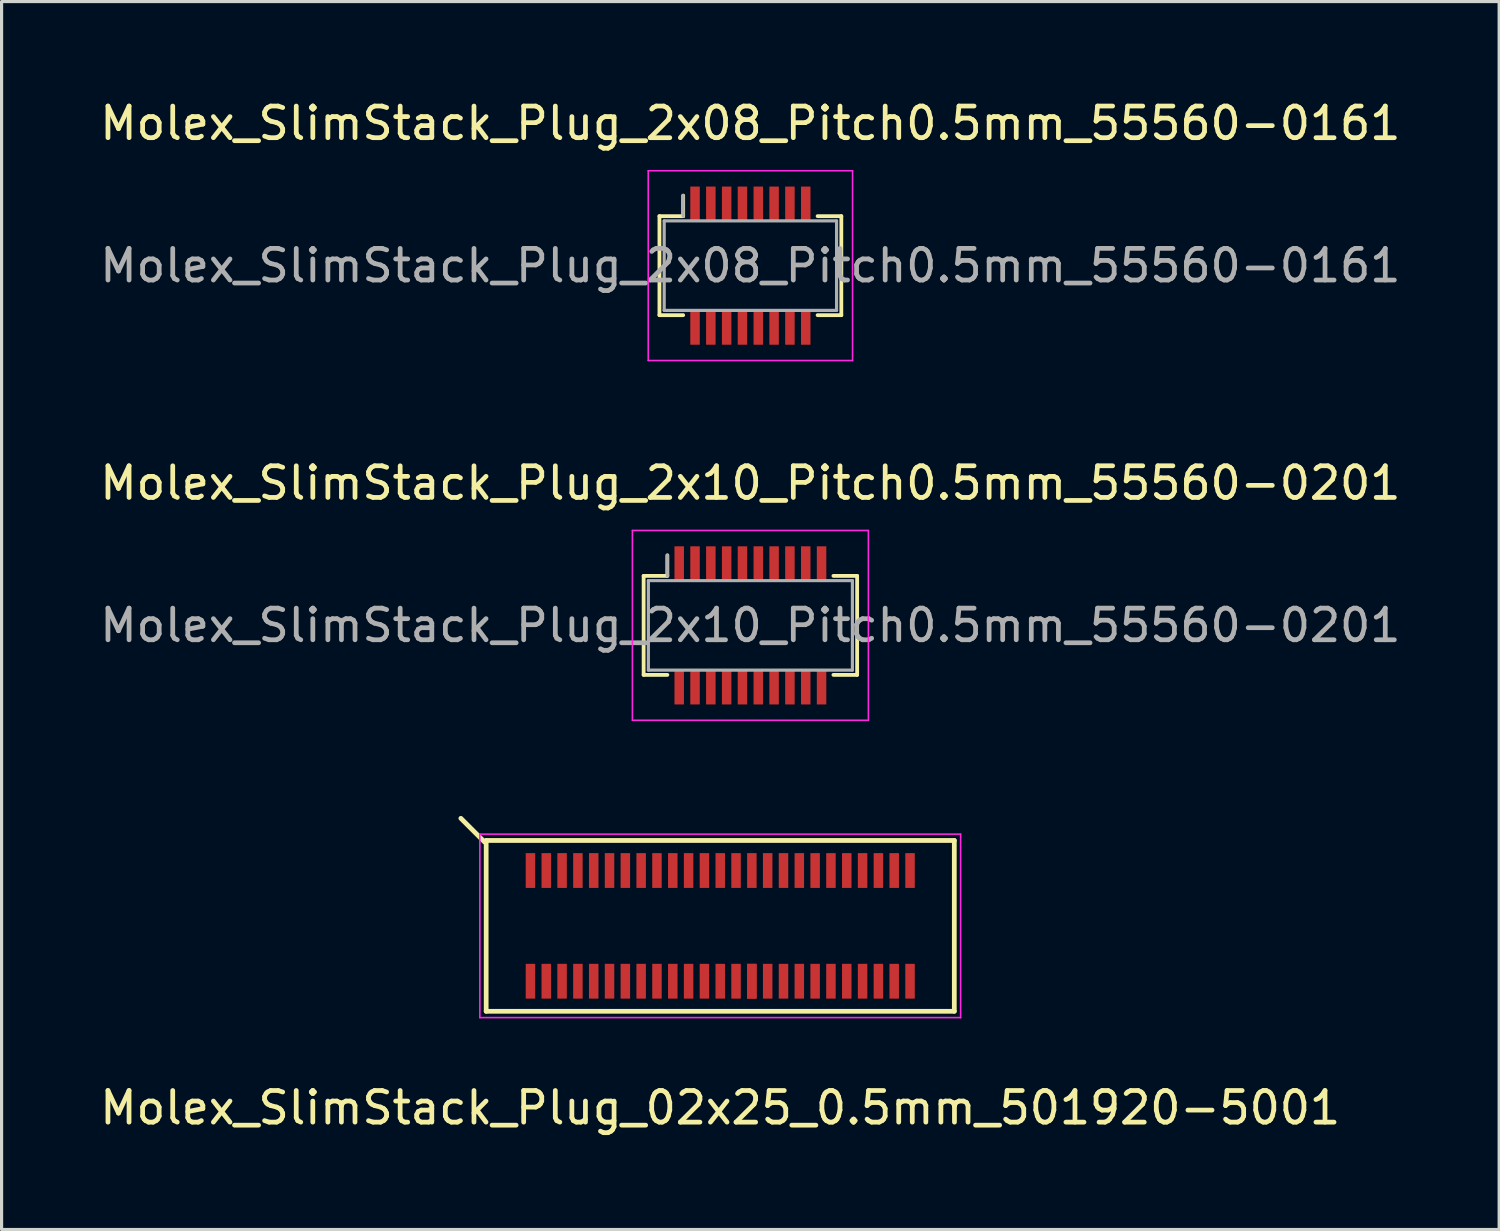
<source format=kicad_pcb>
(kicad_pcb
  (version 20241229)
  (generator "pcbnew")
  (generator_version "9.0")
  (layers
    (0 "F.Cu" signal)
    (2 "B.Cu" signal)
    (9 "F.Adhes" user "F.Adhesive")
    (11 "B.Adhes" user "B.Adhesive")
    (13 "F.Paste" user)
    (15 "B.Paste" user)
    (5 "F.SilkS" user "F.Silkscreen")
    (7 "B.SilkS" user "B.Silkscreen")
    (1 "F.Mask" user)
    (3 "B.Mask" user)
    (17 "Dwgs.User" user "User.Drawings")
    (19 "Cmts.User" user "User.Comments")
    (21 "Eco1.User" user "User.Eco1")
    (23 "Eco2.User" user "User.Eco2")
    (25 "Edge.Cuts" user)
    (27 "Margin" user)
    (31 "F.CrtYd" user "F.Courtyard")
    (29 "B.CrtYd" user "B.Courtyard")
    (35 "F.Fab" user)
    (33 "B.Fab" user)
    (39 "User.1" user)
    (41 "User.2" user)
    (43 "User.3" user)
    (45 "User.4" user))
  (footprint "Molex_SlimStack_Plug_02x25_0.5mm_501920-5001"
    (layer "F.Cu")
    (at 19.72 26.221)
    (property "Reference" "Molex_SlimStack_Plug_02x25_0.5mm_501920-5001" (at 0 5.75 0) (layer "F.SilkS") (effects (font (size 1 1) (thickness 0.15))))
    (attr smd)
    (fp_line (start -7.45 -2.65) (end -8.2 -3.4) (stroke (width 0.15) (type solid)) (layer "F.SilkS"))
    (fp_line (start -7.4 -2.7) (end -7.4 2.7) (stroke (width 0.15) (type solid)) (layer "F.SilkS"))
    (fp_line (start -7.4 2.7) (end 7.4 2.7) (stroke (width 0.15) (type solid)) (layer "F.SilkS"))
    (fp_line (start 7.4 -2.7) (end -7.4 -2.7) (stroke (width 0.15) (type solid)) (layer "F.SilkS"))
    (fp_line (start 7.4 2.7) (end 7.4 -2.7) (stroke (width 0.15) (type solid)) (layer "F.SilkS"))
    (fp_line (start -7.6 -2.9) (end -7.6 2.9) (stroke (width 0.05) (type solid)) (layer "F.CrtYd"))
    (fp_line (start -7.6 2.9) (end 7.6 2.9) (stroke (width 0.05) (type solid)) (layer "F.CrtYd"))
    (fp_line (start 7.6 -2.9) (end -7.6 -2.9) (stroke (width 0.05) (type solid)) (layer "F.CrtYd"))
    (fp_line (start 7.6 2.9) (end 7.6 -2.9) (stroke (width 0.05) (type solid)) (layer "F.CrtYd"))
    (pad "1" smd rect (at -6 -1.75) (size 0.3 1.1) (layers "F.Cu" "F.Mask" "F.Paste"))
    (pad "2" smd rect (at -6 1.75) (size 0.3 1.1) (layers "F.Cu" "F.Mask" "F.Paste"))
    (pad "3" smd rect (at -5.5 -1.75) (size 0.3 1.1) (layers "F.Cu" "F.Mask" "F.Paste"))
    (pad "4" smd rect (at -5.5 1.75) (size 0.3 1.1) (layers "F.Cu" "F.Mask" "F.Paste"))
    (pad "5" smd rect (at -5 -1.75) (size 0.3 1.1) (layers "F.Cu" "F.Mask" "F.Paste"))
    (pad "6" smd rect (at -5 1.75) (size 0.3 1.1) (layers "F.Cu" "F.Mask" "F.Paste"))
    (pad "7" smd rect (at -4.5 -1.75) (size 0.3 1.1) (layers "F.Cu" "F.Mask" "F.Paste"))
    (pad "8" smd rect (at -4.5 1.75) (size 0.3 1.1) (layers "F.Cu" "F.Mask" "F.Paste"))
    (pad "9" smd rect (at -4 -1.75) (size 0.3 1.1) (layers "F.Cu" "F.Mask" "F.Paste"))
    (pad "10" smd rect (at -4 1.75) (size 0.3 1.1) (layers "F.Cu" "F.Mask" "F.Paste"))
    (pad "11" smd rect (at -3.5 -1.75) (size 0.3 1.1) (layers "F.Cu" "F.Mask" "F.Paste"))
    (pad "12" smd rect (at -3.5 1.75) (size 0.3 1.1) (layers "F.Cu" "F.Mask" "F.Paste"))
    (pad "13" smd rect (at -3 -1.75) (size 0.3 1.1) (layers "F.Cu" "F.Mask" "F.Paste"))
    (pad "14" smd rect (at -3 1.75) (size 0.3 1.1) (layers "F.Cu" "F.Mask" "F.Paste"))
    (pad "15" smd rect (at -2.5 -1.75) (size 0.3 1.1) (layers "F.Cu" "F.Mask" "F.Paste"))
    (pad "16" smd rect (at -2.5 1.75) (size 0.3 1.1) (layers "F.Cu" "F.Mask" "F.Paste"))
    (pad "17" smd rect (at -2 -1.75) (size 0.3 1.1) (layers "F.Cu" "F.Mask" "F.Paste"))
    (pad "18" smd rect (at -2 1.75) (size 0.3 1.1) (layers "F.Cu" "F.Mask" "F.Paste"))
    (pad "19" smd rect (at -1.5 -1.75) (size 0.3 1.1) (layers "F.Cu" "F.Mask" "F.Paste"))
    (pad "20" smd rect (at -1.5 1.75) (size 0.3 1.1) (layers "F.Cu" "F.Mask" "F.Paste"))
    (pad "21" smd rect (at -1 -1.75) (size 0.3 1.1) (layers "F.Cu" "F.Mask" "F.Paste"))
    (pad "22" smd rect (at -1 1.75) (size 0.3 1.1) (layers "F.Cu" "F.Mask" "F.Paste"))
    (pad "23" smd rect (at -0.5 -1.75) (size 0.3 1.1) (layers "F.Cu" "F.Mask" "F.Paste"))
    (pad "24" smd rect (at -0.5 1.75) (size 0.3 1.1) (layers "F.Cu" "F.Mask" "F.Paste"))
    (pad "25" smd rect (at 0 -1.75) (size 0.3 1.1) (layers "F.Cu" "F.Mask" "F.Paste"))
    (pad "26" smd rect (at 0 1.75) (size 0.3 1.1) (layers "F.Cu" "F.Mask" "F.Paste"))
    (pad "27" smd rect (at 0.5 -1.75) (size 0.3 1.1) (layers "F.Cu" "F.Mask" "F.Paste"))
    (pad "28" smd rect (at 0.5 1.75) (size 0.3 1.1) (layers "F.Cu" "F.Mask" "F.Paste"))
    (pad "29" smd rect (at 1 -1.75) (size 0.3 1.1) (layers "F.Cu" "F.Mask" "F.Paste"))
    (pad "30" smd rect (at 1 1.75) (size 0.3 1.1) (layers "F.Cu" "F.Mask" "F.Paste"))
    (pad "30" smd rect (at 1 1.75) (size 0.3 1.1) (layers "F.Cu" "F.Mask" "F.Paste"))
    (pad "31" smd rect (at 1.5 -1.75) (size 0.3 1.1) (layers "F.Cu" "F.Mask" "F.Paste"))
    (pad "32" smd rect (at 1.5 1.75) (size 0.3 1.1) (layers "F.Cu" "F.Mask" "F.Paste"))
    (pad "33" smd rect (at 2 -1.75) (size 0.3 1.1) (layers "F.Cu" "F.Mask" "F.Paste"))
    (pad "34" smd rect (at 2 1.75) (size 0.3 1.1) (layers "F.Cu" "F.Mask" "F.Paste"))
    (pad "35" smd rect (at 2.5 -1.75) (size 0.3 1.1) (layers "F.Cu" "F.Mask" "F.Paste"))
    (pad "36" smd rect (at 2.5 1.75) (size 0.3 1.1) (layers "F.Cu" "F.Mask" "F.Paste"))
    (pad "37" smd rect (at 3 -1.75) (size 0.3 1.1) (layers "F.Cu" "F.Mask" "F.Paste"))
    (pad "38" smd rect (at 3 1.75) (size 0.3 1.1) (layers "F.Cu" "F.Mask" "F.Paste"))
    (pad "39" smd rect (at 3.5 -1.75) (size 0.3 1.1) (layers "F.Cu" "F.Mask" "F.Paste"))
    (pad "40" smd rect (at 3.5 1.75) (size 0.3 1.1) (layers "F.Cu" "F.Mask" "F.Paste"))
    (pad "41" smd rect (at 4 -1.75) (size 0.3 1.1) (layers "F.Cu" "F.Mask" "F.Paste"))
    (pad "42" smd rect (at 4 1.75) (size 0.3 1.1) (layers "F.Cu" "F.Mask" "F.Paste"))
    (pad "43" smd rect (at 4.5 -1.75) (size 0.3 1.1) (layers "F.Cu" "F.Mask" "F.Paste"))
    (pad "44" smd rect (at 4.5 1.75) (size 0.3 1.1) (layers "F.Cu" "F.Mask" "F.Paste"))
    (pad "45" smd rect (at 5 -1.75) (size 0.3 1.1) (layers "F.Cu" "F.Mask" "F.Paste"))
    (pad "46" smd rect (at 5 1.75) (size 0.3 1.1) (layers "F.Cu" "F.Mask" "F.Paste"))
    (pad "47" smd rect (at 5.5 -1.75) (size 0.3 1.1) (layers "F.Cu" "F.Mask" "F.Paste"))
    (pad "48" smd rect (at 5.5 1.75) (size 0.3 1.1) (layers "F.Cu" "F.Mask" "F.Paste"))
    (pad "49" smd rect (at 6 -1.75) (size 0.3 1.1) (layers "F.Cu" "F.Mask" "F.Paste"))
    (pad "50" smd rect (at 6 1.75) (size 0.3 1.1) (layers "F.Cu" "F.Mask" "F.Paste")))
  (footprint "Molex_SlimStack_Plug_2x08_Pitch0.5mm_55560-0161"
    (layer "F.Cu")
    (at 20.673 5.348)
    (property "Reference" "Molex_SlimStack_Plug_2x08_Pitch0.5mm_55560-0161" (at 0 -4.5 0) (layer "F.SilkS") (effects (font (size 1 1) (thickness 0.15))))
    (attr smd)
    (fp_line (start -2.875 -1.565) (end -2.125 -1.565) (stroke (width 0.12) (type solid)) (layer "F.SilkS"))
    (fp_line (start -2.875 1.565) (end -2.875 -1.565) (stroke (width 0.12) (type solid)) (layer "F.SilkS"))
    (fp_line (start -2.125 -1.565) (end -2.125 -2.215) (stroke (width 0.12) (type solid)) (layer "F.SilkS"))
    (fp_line (start -2.125 1.565) (end -2.875 1.565) (stroke (width 0.12) (type solid)) (layer "F.SilkS"))
    (fp_line (start 2.125 1.565) (end 2.875 1.565) (stroke (width 0.12) (type solid)) (layer "F.SilkS"))
    (fp_line (start 2.875 -1.565) (end 2.125 -1.565) (stroke (width 0.12) (type solid)) (layer "F.SilkS"))
    (fp_line (start 2.875 1.565) (end 2.875 -1.565) (stroke (width 0.12) (type solid)) (layer "F.SilkS"))
    (fp_line (start -3.23 -3) (end -3.23 3) (stroke (width 0.05) (type solid)) (layer "F.CrtYd"))
    (fp_line (start -3.23 3) (end 3.23 3) (stroke (width 0.05) (type solid)) (layer "F.CrtYd"))
    (fp_line (start 3.23 -3) (end -3.23 -3) (stroke (width 0.05) (type solid)) (layer "F.CrtYd"))
    (fp_line (start 3.23 3) (end 3.23 -3) (stroke (width 0.05) (type solid)) (layer "F.CrtYd"))
    (fp_line (start -2.725 -1.415) (end -2.725 1.415) (stroke (width 0.1) (type solid)) (layer "F.Fab"))
    (fp_line (start -2.725 1.415) (end 2.725 1.415) (stroke (width 0.1) (type solid)) (layer "F.Fab"))
    (fp_line (start -2.125 -1.565) (end -2.125 -2.215) (stroke (width 0.1) (type solid)) (layer "F.Fab"))
    (fp_line (start 2.725 -1.415) (end -2.725 -1.415) (stroke (width 0.1) (type solid)) (layer "F.Fab"))
    (fp_line (start 2.725 1.415) (end 2.725 -1.415) (stroke (width 0.1) (type solid)) (layer "F.Fab"))
    (fp_text user "${REFERENCE}" (at 0 0 0) (layer "F.Fab") (effects (font (size 1 1) (thickness 0.15))))
    (pad "1" smd rect (at -1.75 -1.95) (size 0.3 1.1) (layers "F.Cu" "F.Mask" "F.Paste"))
    (pad "2" smd rect (at -1.75 1.95) (size 0.3 1.1) (layers "F.Cu" "F.Mask" "F.Paste"))
    (pad "3" smd rect (at -1.25 -1.95) (size 0.3 1.1) (layers "F.Cu" "F.Mask" "F.Paste"))
    (pad "4" smd rect (at -1.25 1.95) (size 0.3 1.1) (layers "F.Cu" "F.Mask" "F.Paste"))
    (pad "5" smd rect (at -0.75 -1.95) (size 0.3 1.1) (layers "F.Cu" "F.Mask" "F.Paste"))
    (pad "6" smd rect (at -0.75 1.95) (size 0.3 1.1) (layers "F.Cu" "F.Mask" "F.Paste"))
    (pad "7" smd rect (at -0.25 -1.95) (size 0.3 1.1) (layers "F.Cu" "F.Mask" "F.Paste"))
    (pad "8" smd rect (at -0.25 1.95) (size 0.3 1.1) (layers "F.Cu" "F.Mask" "F.Paste"))
    (pad "9" smd rect (at 0.25 -1.95) (size 0.3 1.1) (layers "F.Cu" "F.Mask" "F.Paste"))
    (pad "10" smd rect (at 0.25 1.95) (size 0.3 1.1) (layers "F.Cu" "F.Mask" "F.Paste"))
    (pad "11" smd rect (at 0.75 -1.95) (size 0.3 1.1) (layers "F.Cu" "F.Mask" "F.Paste"))
    (pad "12" smd rect (at 0.75 1.95) (size 0.3 1.1) (layers "F.Cu" "F.Mask" "F.Paste"))
    (pad "13" smd rect (at 1.25 -1.95) (size 0.3 1.1) (layers "F.Cu" "F.Mask" "F.Paste"))
    (pad "14" smd rect (at 1.25 1.95) (size 0.3 1.1) (layers "F.Cu" "F.Mask" "F.Paste"))
    (pad "15" smd rect (at 1.75 -1.95) (size 0.3 1.1) (layers "F.Cu" "F.Mask" "F.Paste"))
    (pad "16" smd rect (at 1.75 1.95) (size 0.3 1.1) (layers "F.Cu" "F.Mask" "F.Paste")))
  (footprint "Molex_SlimStack_Plug_2x10_Pitch0.5mm_55560-0201"
    (layer "F.Cu")
    (at 20.673 16.721)
    (property "Reference" "Molex_SlimStack_Plug_2x10_Pitch0.5mm_55560-0201" (at 0 -4.5 0) (layer "F.SilkS") (effects (font (size 1 1) (thickness 0.15))))
    (attr smd)
    (fp_line (start -3.375 -1.565) (end -2.625 -1.565) (stroke (width 0.12) (type solid)) (layer "F.SilkS"))
    (fp_line (start -3.375 1.565) (end -3.375 -1.565) (stroke (width 0.12) (type solid)) (layer "F.SilkS"))
    (fp_line (start -2.625 -1.565) (end -2.625 -2.215) (stroke (width 0.12) (type solid)) (layer "F.SilkS"))
    (fp_line (start -2.625 1.565) (end -3.375 1.565) (stroke (width 0.12) (type solid)) (layer "F.SilkS"))
    (fp_line (start 2.625 1.565) (end 3.375 1.565) (stroke (width 0.12) (type solid)) (layer "F.SilkS"))
    (fp_line (start 3.375 -1.565) (end 2.625 -1.565) (stroke (width 0.12) (type solid)) (layer "F.SilkS"))
    (fp_line (start 3.375 1.565) (end 3.375 -1.565) (stroke (width 0.12) (type solid)) (layer "F.SilkS"))
    (fp_line (start -3.73 -3) (end -3.73 3) (stroke (width 0.05) (type solid)) (layer "F.CrtYd"))
    (fp_line (start -3.73 3) (end 3.73 3) (stroke (width 0.05) (type solid)) (layer "F.CrtYd"))
    (fp_line (start 3.73 -3) (end -3.73 -3) (stroke (width 0.05) (type solid)) (layer "F.CrtYd"))
    (fp_line (start 3.73 3) (end 3.73 -3) (stroke (width 0.05) (type solid)) (layer "F.CrtYd"))
    (fp_line (start -3.225 -1.415) (end -3.225 1.415) (stroke (width 0.1) (type solid)) (layer "F.Fab"))
    (fp_line (start -3.225 1.415) (end 3.225 1.415) (stroke (width 0.1) (type solid)) (layer "F.Fab"))
    (fp_line (start -2.625 -1.565) (end -2.625 -2.215) (stroke (width 0.1) (type solid)) (layer "F.Fab"))
    (fp_line (start 3.225 -1.415) (end -3.225 -1.415) (stroke (width 0.1) (type solid)) (layer "F.Fab"))
    (fp_line (start 3.225 1.415) (end 3.225 -1.415) (stroke (width 0.1) (type solid)) (layer "F.Fab"))
    (fp_text user "${REFERENCE}" (at 0 0 0) (layer "F.Fab") (effects (font (size 1 1) (thickness 0.15))))
    (pad "1" smd rect (at -2.25 -1.95) (size 0.3 1.1) (layers "F.Cu" "F.Mask" "F.Paste"))
    (pad "2" smd rect (at -2.25 1.95) (size 0.3 1.1) (layers "F.Cu" "F.Mask" "F.Paste"))
    (pad "3" smd rect (at -1.75 -1.95) (size 0.3 1.1) (layers "F.Cu" "F.Mask" "F.Paste"))
    (pad "4" smd rect (at -1.75 1.95) (size 0.3 1.1) (layers "F.Cu" "F.Mask" "F.Paste"))
    (pad "5" smd rect (at -1.25 -1.95) (size 0.3 1.1) (layers "F.Cu" "F.Mask" "F.Paste"))
    (pad "6" smd rect (at -1.25 1.95) (size 0.3 1.1) (layers "F.Cu" "F.Mask" "F.Paste"))
    (pad "7" smd rect (at -0.75 -1.95) (size 0.3 1.1) (layers "F.Cu" "F.Mask" "F.Paste"))
    (pad "8" smd rect (at -0.75 1.95) (size 0.3 1.1) (layers "F.Cu" "F.Mask" "F.Paste"))
    (pad "9" smd rect (at -0.25 -1.95) (size 0.3 1.1) (layers "F.Cu" "F.Mask" "F.Paste"))
    (pad "10" smd rect (at -0.25 1.95) (size 0.3 1.1) (layers "F.Cu" "F.Mask" "F.Paste"))
    (pad "11" smd rect (at 0.25 -1.95) (size 0.3 1.1) (layers "F.Cu" "F.Mask" "F.Paste"))
    (pad "12" smd rect (at 0.25 1.95) (size 0.3 1.1) (layers "F.Cu" "F.Mask" "F.Paste"))
    (pad "13" smd rect (at 0.75 -1.95) (size 0.3 1.1) (layers "F.Cu" "F.Mask" "F.Paste"))
    (pad "14" smd rect (at 0.75 1.95) (size 0.3 1.1) (layers "F.Cu" "F.Mask" "F.Paste"))
    (pad "15" smd rect (at 1.25 -1.95) (size 0.3 1.1) (layers "F.Cu" "F.Mask" "F.Paste"))
    (pad "16" smd rect (at 1.25 1.95) (size 0.3 1.1) (layers "F.Cu" "F.Mask" "F.Paste"))
    (pad "17" smd rect (at 1.75 -1.95) (size 0.3 1.1) (layers "F.Cu" "F.Mask" "F.Paste"))
    (pad "18" smd rect (at 1.75 1.95) (size 0.3 1.1) (layers "F.Cu" "F.Mask" "F.Paste"))
    (pad "19" smd rect (at 2.25 -1.95) (size 0.3 1.1) (layers "F.Cu" "F.Mask" "F.Paste"))
    (pad "20" smd rect (at 2.25 1.95) (size 0.3 1.1) (layers "F.Cu" "F.Mask" "F.Paste")))
  (gr_rect
    (start -3 -3)
    (end 44.345 35.82)
    (stroke (width 0.1) (type default))
    (fill no)
    (layer "Edge.Cuts")))
</source>
